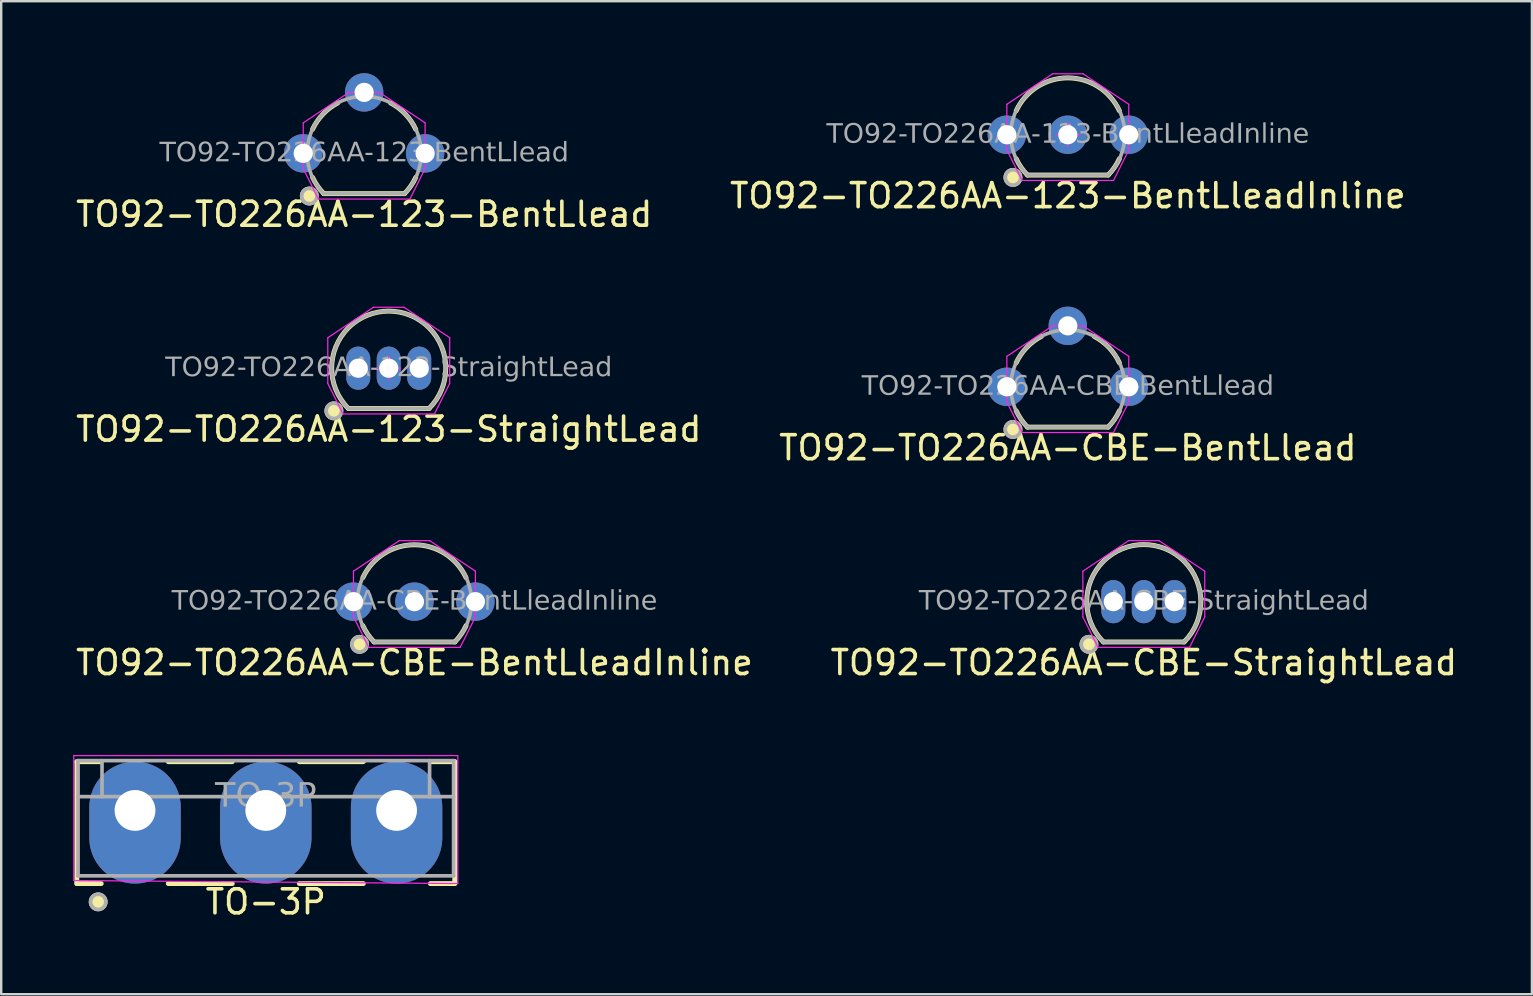
<source format=kicad_pcb>
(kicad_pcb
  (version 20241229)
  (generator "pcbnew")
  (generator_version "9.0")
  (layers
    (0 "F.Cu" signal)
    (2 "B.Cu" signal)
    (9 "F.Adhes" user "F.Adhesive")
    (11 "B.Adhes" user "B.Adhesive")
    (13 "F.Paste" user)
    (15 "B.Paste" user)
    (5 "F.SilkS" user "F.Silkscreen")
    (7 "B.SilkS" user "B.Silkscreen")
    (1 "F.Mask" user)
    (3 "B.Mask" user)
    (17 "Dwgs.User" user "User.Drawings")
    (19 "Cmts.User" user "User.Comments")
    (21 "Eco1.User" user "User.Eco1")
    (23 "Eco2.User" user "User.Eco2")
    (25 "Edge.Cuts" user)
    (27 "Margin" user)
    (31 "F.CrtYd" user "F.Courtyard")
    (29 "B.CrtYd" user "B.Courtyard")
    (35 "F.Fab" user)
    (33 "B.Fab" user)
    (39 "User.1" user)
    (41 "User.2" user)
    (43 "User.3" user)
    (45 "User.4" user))
  (footprint "TO-3P"
    (layer "F.Cu")
    (at 8.026 30.721)
    (property "Reference" "TO-3P" (at 0 3.81 0) (layer "F.SilkS") (effects (font (size 1 1) (thickness 0.15))))
    (attr through_hole)
    (fp_line (start -7.874 3.048) (end -7.874 -2.032) (stroke (width 0.203) (type default)) (layer "F.SilkS"))
    (fp_line (start -6.858 -2.032) (end -7.874 -2.032) (stroke (width 0.203) (type default)) (layer "F.SilkS"))
    (fp_line (start -6.858 3.048) (end -7.874 3.048) (stroke (width 0.203) (type default)) (layer "F.SilkS"))
    (fp_line (start -1.397 -2.032) (end -4.064 -2.032) (stroke (width 0.203) (type default)) (layer "F.SilkS"))
    (fp_line (start -1.397 3.048) (end -4.064 3.048) (stroke (width 0.203) (type default)) (layer "F.SilkS"))
    (fp_line (start 1.397 -2.032) (end 4.064 -2.032) (stroke (width 0.203) (type default)) (layer "F.SilkS"))
    (fp_line (start 1.397 3.048) (end 4.064 3.048) (stroke (width 0.203) (type default)) (layer "F.SilkS"))
    (fp_line (start 6.858 -2.032) (end 7.874 -2.032) (stroke (width 0.203) (type default)) (layer "F.SilkS"))
    (fp_line (start 6.858 3.048) (end 7.874 3.048) (stroke (width 0.203) (type default)) (layer "F.SilkS"))
    (fp_line (start 7.874 3.048) (end 7.874 -2.032) (stroke (width 0.203) (type default)) (layer "F.SilkS"))
    (fp_circle (center -6.985 3.81) (end -6.668 3.81) (stroke (width 0.152) (type solid)) (fill yes) (layer "F.SilkS"))
    (fp_line (start -8.001 -2.286) (end -8.001 2.921) (stroke (width 0.05) (type solid)) (layer "F.CrtYd"))
    (fp_line (start -8.001 2.921) (end 8.001 3.048) (stroke (width 0.05) (type solid)) (layer "F.CrtYd"))
    (fp_line (start 8.001 -2.286) (end -8.001 -2.286) (stroke (width 0.05) (type solid)) (layer "F.CrtYd"))
    (fp_line (start 8.001 3.048) (end 8.001 -2.286) (stroke (width 0.05) (type solid)) (layer "F.CrtYd"))
    (fp_line (start -7.825 -2.075) (end -7.825 2.725) (stroke (width 0.152) (type default)) (layer "F.Fab"))
    (fp_line (start -6.825 -2.075) (end -6.825 -0.575) (stroke (width 0.152) (type default)) (layer "F.Fab"))
    (fp_line (start 6.825 -2.075) (end 6.825 -0.575) (stroke (width 0.152) (type default)) (layer "F.Fab"))
    (fp_line (start 7.825 -2.075) (end -7.825 -2.075) (stroke (width 0.152) (type default)) (layer "F.Fab"))
    (fp_line (start 7.825 -2.075) (end 7.825 2.725) (stroke (width 0.152) (type default)) (layer "F.Fab"))
    (fp_line (start 7.825 -0.575) (end -7.825 -0.575) (stroke (width 0.152) (type default)) (layer "F.Fab"))
    (fp_line (start 7.825 2.725) (end -7.825 2.725) (stroke (width 0.152) (type default)) (layer "F.Fab"))
    (fp_circle (center -6.985 3.81) (end -6.668 3.81) (stroke (width 0.152) (type solid)) (fill no) (layer "F.Fab"))
    (fp_text user "${REFERENCE}" (at 0 -0.575 0) (layer "F.Fab") (effects (font (face "Tahoma") (size 1 1) (thickness 0.15))))
    (pad "1" thru_hole oval (at -5.45 0) (size 3.81 5.08) (drill 1.7 (offset 0 0.508)) (layers "*.Cu" "*.Mask"))
    (pad "2" thru_hole oval (at 0 0) (size 3.81 5.08) (drill 1.7 (offset 0 0.508)) (layers "*.Cu" "*.Mask"))
    (pad "3" thru_hole oval (at 5.45 0) (size 3.81 5.08) (drill 1.7 (offset 0 0.508)) (layers "*.Cu" "*.Mask")))
  (footprint "TO92-TO226AA-123-StraightLead"
    (layer "F.Cu")
    (at 13.149 12.293)
    (property "Reference" "TO92-TO226AA-123-StraightLead" (at 0 2.54 0) (layer "F.SilkS") (effects (font (size 1 1) (thickness 0.15))))
    (attr through_hole)
    (fp_line (start -1.681 1.68) (end 1.681 1.68) (stroke (width 0.203) (type default)) (layer "F.SilkS"))
    (fp_arc (start -1.681 1.68) (mid 0 -2.378291) (end 1.681 1.68) (stroke (width 0.2032) (type solid)) (layer "F.SilkS"))
    (fp_circle (center -2.286 1.778) (end -1.968 1.778) (stroke (width 0.152) (type solid)) (fill yes) (layer "F.SilkS"))
    (fp_line (start -2.54 -1.27) (end -2.54 0.635) (stroke (width 0.05) (type solid)) (layer "F.CrtYd"))
    (fp_line (start -2.54 0.635) (end -1.905 1.905) (stroke (width 0.05) (type default)) (layer "F.CrtYd"))
    (fp_line (start -1.905 1.905) (end 1.905 1.905) (stroke (width 0.05) (type solid)) (layer "F.CrtYd"))
    (fp_line (start -0.635 -2.54) (end -2.54 -1.27) (stroke (width 0.05) (type default)) (layer "F.CrtYd"))
    (fp_line (start -0.5 0) (end 0.5 0) (stroke (width 0.05) (type default)) (layer "F.CrtYd"))
    (fp_line (start 0 0.5) (end 0 -0.5) (stroke (width 0.05) (type default)) (layer "F.CrtYd"))
    (fp_line (start 0.635 -2.54) (end -0.635 -2.54) (stroke (width 0.05) (type solid)) (layer "F.CrtYd"))
    (fp_line (start 0.635 -2.54) (end 2.54 -1.27) (stroke (width 0.05) (type default)) (layer "F.CrtYd"))
    (fp_line (start 2.54 0.635) (end 1.905 1.905) (stroke (width 0.05) (type default)) (layer "F.CrtYd"))
    (fp_line (start 2.54 0.635) (end 2.54 -1.27) (stroke (width 0.05) (type solid)) (layer "F.CrtYd"))
    (fp_line (start 1.681 1.68) (end -1.681 1.68) (stroke (width 0.152) (type default)) (layer "F.Fab"))
    (fp_arc (start -1.681 1.68) (mid 0 -2.378291) (end 1.681 1.68) (stroke (width 0.1524) (type default)) (layer "F.Fab"))
    (fp_circle (center -2.286 1.778) (end -1.968 1.778) (stroke (width 0.152) (type solid)) (fill no) (layer "F.Fab"))
    (fp_text user "${REFERENCE}" (at 0 -0.001 0) (layer "F.Fab") (effects (font (face "Tahoma") (size 0.8 0.8) (thickness 0.12))))
    (pad "1" thru_hole oval (at -1.27 0 90) (size 1.8 1) (drill 0.8) (layers "*.Cu" "*.Mask"))
    (pad "2" thru_hole oval (at 0 0 90) (size 1.8 1) (drill 0.8) (layers "*.Cu" "*.Mask"))
    (pad "3" thru_hole oval (at 1.27 0 90) (size 1.8 1) (drill 0.8) (layers "*.Cu" "*.Mask")))
  (footprint "TO92-TO226AA-123-BentLleadInline"
    (layer "F.Cu")
    (at 41.446 2.565)
    (property "Reference" "TO92-TO226AA-123-BentLleadInline" (at 0 2.54 0) (layer "F.SilkS") (effects (font (size 1 1) (thickness 0.15))))
    (attr through_hole)
    (fp_line (start -1.681 1.68) (end 1.681 1.68) (stroke (width 0.203) (type default)) (layer "F.SilkS"))
    (fp_arc (start -2.15 -1) (mid 0 -2.369703) (end 2.15 -1) (stroke (width 0.2032) (type default)) (layer "F.SilkS"))
    (fp_arc (start -1.681 1.68) (mid -1.945246 1.360516) (end -2.15 1) (stroke (width 0.2032) (type default)) (layer "F.SilkS"))
    (fp_arc (start 2.15 1) (mid 1.945246 1.360516) (end 1.681 1.68) (stroke (width 0.2032) (type default)) (layer "F.SilkS"))
    (fp_circle (center -2.286 1.778) (end -1.968 1.778) (stroke (width 0.152) (type solid)) (fill yes) (layer "F.SilkS"))
    (fp_line (start -2.54 -1.27) (end -2.54 0.635) (stroke (width 0.05) (type solid)) (layer "F.CrtYd"))
    (fp_line (start -2.54 0.635) (end -1.905 1.905) (stroke (width 0.05) (type default)) (layer "F.CrtYd"))
    (fp_line (start -1.905 1.905) (end 1.905 1.905) (stroke (width 0.05) (type solid)) (layer "F.CrtYd"))
    (fp_line (start -0.635 -2.54) (end -2.54 -1.27) (stroke (width 0.05) (type default)) (layer "F.CrtYd"))
    (fp_line (start -0.5 0) (end 0.5 0) (stroke (width 0.05) (type default)) (layer "F.CrtYd"))
    (fp_line (start 0 0.5) (end 0 -0.5) (stroke (width 0.05) (type default)) (layer "F.CrtYd"))
    (fp_line (start 0.635 -2.54) (end -0.635 -2.54) (stroke (width 0.05) (type solid)) (layer "F.CrtYd"))
    (fp_line (start 0.635 -2.54) (end 2.54 -1.27) (stroke (width 0.05) (type default)) (layer "F.CrtYd"))
    (fp_line (start 2.54 0.635) (end 1.905 1.905) (stroke (width 0.05) (type default)) (layer "F.CrtYd"))
    (fp_line (start 2.54 0.635) (end 2.54 -1.27) (stroke (width 0.05) (type solid)) (layer "F.CrtYd"))
    (fp_line (start 1.681 1.68) (end -1.681 1.68) (stroke (width 0.152) (type default)) (layer "F.Fab"))
    (fp_arc (start -1.68 1.68) (mid 0 -2.375877) (end 1.68 1.68) (stroke (width 0.1524) (type default)) (layer "F.Fab"))
    (fp_circle (center -2.286 1.778) (end -1.968 1.778) (stroke (width 0.152) (type solid)) (fill no) (layer "F.Fab"))
    (fp_text user "${REFERENCE}" (at 0 0.000001 0) (layer "F.Fab") (effects (font (face "Tahoma") (size 0.8 0.8) (thickness 0.12))))
    (pad "1" thru_hole circle (at -2.54 0 90) (size 1.6 1.6) (drill 0.8) (layers "*.Cu" "*.Mask"))
    (pad "2" thru_hole circle (at 0 0 90) (size 1.6 1.6) (drill 0.8) (layers "*.Cu" "*.Mask"))
    (pad "3" thru_hole circle (at 2.54 0 90) (size 1.6 1.6) (drill 0.8) (layers "*.Cu" "*.Mask")))
  (footprint "TO92-TO226AA-123-BentLlead"
    (layer "F.Cu")
    (at 12.125 3.34)
    (property "Reference" "TO92-TO226AA-123-BentLlead" (at 0 2.54 0) (layer "F.SilkS") (effects (font (size 1 1) (thickness 0.15))))
    (attr through_hole)
    (fp_line (start -1.681 1.68) (end 1.681 1.68) (stroke (width 0.203) (type default)) (layer "F.SilkS"))
    (fp_arc (start -2.150597 -1.000278) (mid -1.715792 -1.63659) (end -1.1 -2.1) (stroke (width 0.2032) (type default)) (layer "F.SilkS"))
    (fp_arc (start -1.681 1.68) (mid -1.945246 1.360516) (end -2.15 1) (stroke (width 0.2032) (type default)) (layer "F.SilkS"))
    (fp_arc (start 1.1 -2.1) (mid 1.715792 -1.63659) (end 2.150597 -1.000278) (stroke (width 0.2032) (type default)) (layer "F.SilkS"))
    (fp_arc (start 2.15 1) (mid 1.945246 1.360516) (end 1.681 1.68) (stroke (width 0.2032) (type default)) (layer "F.SilkS"))
    (fp_circle (center -2.286 1.778) (end -1.968 1.778) (stroke (width 0.152) (type solid)) (fill yes) (layer "F.SilkS"))
    (fp_line (start -2.54 -1.27) (end -2.54 0.635) (stroke (width 0.05) (type solid)) (layer "F.CrtYd"))
    (fp_line (start -2.54 0.635) (end -1.905 1.905) (stroke (width 0.05) (type default)) (layer "F.CrtYd"))
    (fp_line (start -1.905 1.905) (end 1.905 1.905) (stroke (width 0.05) (type solid)) (layer "F.CrtYd"))
    (fp_line (start -0.635 -2.54) (end -2.54 -1.27) (stroke (width 0.05) (type default)) (layer "F.CrtYd"))
    (fp_line (start 0.635 -2.54) (end -0.635 -2.54) (stroke (width 0.05) (type solid)) (layer "F.CrtYd"))
    (fp_line (start 0.635 -2.54) (end 2.54 -1.27) (stroke (width 0.05) (type default)) (layer "F.CrtYd"))
    (fp_line (start 2.54 0.635) (end 1.905 1.905) (stroke (width 0.05) (type default)) (layer "F.CrtYd"))
    (fp_line (start 2.54 0.635) (end 2.54 -1.27) (stroke (width 0.05) (type solid)) (layer "F.CrtYd"))
    (fp_line (start 1.681 1.68) (end -1.681 1.68) (stroke (width 0.152) (type default)) (layer "F.Fab"))
    (fp_arc (start -1.68 1.68) (mid 0 -2.375877) (end 1.68 1.68) (stroke (width 0.1524) (type default)) (layer "F.Fab"))
    (fp_circle (center -2.286 1.778) (end -1.968 1.778) (stroke (width 0.152) (type solid)) (fill no) (layer "F.Fab"))
    (fp_text user "${REFERENCE}" (at 0 0.000001 0) (layer "F.Fab") (effects (font (face "Tahoma") (size 0.8 0.8) (thickness 0.12))))
    (pad "1" thru_hole circle (at -2.54 0 90) (size 1.6 1.6) (drill 0.8) (layers "*.Cu" "*.Mask"))
    (pad "2" thru_hole circle (at 0 -2.54 90) (size 1.6 1.6) (drill 0.8) (layers "*.Cu" "*.Mask"))
    (pad "3" thru_hole circle (at 2.54 0 90) (size 1.6 1.6) (drill 0.8) (layers "*.Cu" "*.Mask")))
  (footprint "TO92-TO226AA-CBE-StraightLead"
    (layer "F.Cu")
    (at 44.613 22.021)
    (property "Reference" "TO92-TO226AA-CBE-StraightLead" (at 0 2.54 0) (layer "F.SilkS") (effects (font (size 1 1) (thickness 0.15))))
    (attr through_hole)
    (fp_line (start -1.681 1.68) (end 1.681 1.68) (stroke (width 0.203) (type default)) (layer "F.SilkS"))
    (fp_arc (start -1.681 1.68) (mid 0 -2.378291) (end 1.681 1.68) (stroke (width 0.2032) (type solid)) (layer "F.SilkS"))
    (fp_circle (center -2.286 1.778) (end -1.968 1.778) (stroke (width 0.152) (type solid)) (fill yes) (layer "F.SilkS"))
    (fp_line (start -2.54 -1.27) (end -2.54 0.635) (stroke (width 0.05) (type solid)) (layer "F.CrtYd"))
    (fp_line (start -2.54 0.635) (end -1.905 1.905) (stroke (width 0.05) (type default)) (layer "F.CrtYd"))
    (fp_line (start -1.905 1.905) (end 1.905 1.905) (stroke (width 0.05) (type solid)) (layer "F.CrtYd"))
    (fp_line (start -0.635 -2.54) (end -2.54 -1.27) (stroke (width 0.05) (type default)) (layer "F.CrtYd"))
    (fp_line (start 0.635 -2.54) (end -0.635 -2.54) (stroke (width 0.05) (type solid)) (layer "F.CrtYd"))
    (fp_line (start 0.635 -2.54) (end 2.54 -1.27) (stroke (width 0.05) (type default)) (layer "F.CrtYd"))
    (fp_line (start 2.54 0.635) (end 1.905 1.905) (stroke (width 0.05) (type default)) (layer "F.CrtYd"))
    (fp_line (start 2.54 0.635) (end 2.54 -1.27) (stroke (width 0.05) (type solid)) (layer "F.CrtYd"))
    (fp_line (start 1.681 1.68) (end -1.681 1.68) (stroke (width 0.152) (type default)) (layer "F.Fab"))
    (fp_arc (start -1.681 1.68) (mid 0 -2.378291) (end 1.681 1.68) (stroke (width 0.1524) (type default)) (layer "F.Fab"))
    (fp_circle (center -2.286 1.778) (end -1.968 1.778) (stroke (width 0.152) (type solid)) (fill no) (layer "F.Fab"))
    (fp_text user "${REFERENCE}" (at 0 -0.001 0) (layer "F.Fab") (effects (font (face "Tahoma") (size 0.8 0.8) (thickness 0.12))))
    (pad "B" thru_hole oval (at 0 0 90) (size 1.8 1) (drill 0.8) (layers "*.Cu" "*.Mask"))
    (pad "C" thru_hole oval (at -1.27 0 90) (size 1.8 1) (drill 0.8) (layers "*.Cu" "*.Mask"))
    (pad "E" thru_hole oval (at 1.27 0 90) (size 1.8 1) (drill 0.8) (layers "*.Cu" "*.Mask")))
  (footprint "TO92-TO226AA-CBE-BentLlead"
    (layer "F.Cu")
    (at 41.446 13.068)
    (property "Reference" "TO92-TO226AA-CBE-BentLlead" (at 0 2.54 0) (layer "F.SilkS") (effects (font (size 1 1) (thickness 0.15))))
    (attr through_hole)
    (fp_line (start -1.681 1.68) (end 1.681 1.68) (stroke (width 0.203) (type default)) (layer "F.SilkS"))
    (fp_arc (start -2.150597 -1.000278) (mid -1.715792 -1.63659) (end -1.1 -2.1) (stroke (width 0.2032) (type default)) (layer "F.SilkS"))
    (fp_arc (start -1.681 1.68) (mid -1.945246 1.360516) (end -2.15 1) (stroke (width 0.2032) (type default)) (layer "F.SilkS"))
    (fp_arc (start 1.1 -2.1) (mid 1.715792 -1.63659) (end 2.150597 -1.000278) (stroke (width 0.2032) (type default)) (layer "F.SilkS"))
    (fp_arc (start 2.15 1) (mid 1.945246 1.360516) (end 1.681 1.68) (stroke (width 0.2032) (type default)) (layer "F.SilkS"))
    (fp_circle (center -2.286 1.778) (end -1.968 1.778) (stroke (width 0.152) (type solid)) (fill yes) (layer "F.SilkS"))
    (fp_line (start -2.54 -1.27) (end -2.54 0.635) (stroke (width 0.05) (type solid)) (layer "F.CrtYd"))
    (fp_line (start -2.54 0.635) (end -1.905 1.905) (stroke (width 0.05) (type default)) (layer "F.CrtYd"))
    (fp_line (start -1.905 1.905) (end 1.905 1.905) (stroke (width 0.05) (type solid)) (layer "F.CrtYd"))
    (fp_line (start -0.635 -2.54) (end -2.54 -1.27) (stroke (width 0.05) (type default)) (layer "F.CrtYd"))
    (fp_line (start 0.635 -2.54) (end -0.635 -2.54) (stroke (width 0.05) (type solid)) (layer "F.CrtYd"))
    (fp_line (start 0.635 -2.54) (end 2.54 -1.27) (stroke (width 0.05) (type default)) (layer "F.CrtYd"))
    (fp_line (start 2.54 0.635) (end 1.905 1.905) (stroke (width 0.05) (type default)) (layer "F.CrtYd"))
    (fp_line (start 2.54 0.635) (end 2.54 -1.27) (stroke (width 0.05) (type solid)) (layer "F.CrtYd"))
    (fp_line (start 1.681 1.68) (end -1.681 1.68) (stroke (width 0.152) (type default)) (layer "F.Fab"))
    (fp_arc (start -1.68 1.68) (mid 0 -2.375877) (end 1.68 1.68) (stroke (width 0.1524) (type default)) (layer "F.Fab"))
    (fp_circle (center -2.286 1.778) (end -1.968 1.778) (stroke (width 0.152) (type solid)) (fill no) (layer "F.Fab"))
    (fp_text user "${REFERENCE}" (at 0 0.000001 0) (layer "F.Fab") (effects (font (face "Tahoma") (size 0.8 0.8) (thickness 0.12))))
    (pad "B" thru_hole circle (at 0 -2.54 90) (size 1.6 1.6) (drill 0.8) (layers "*.Cu" "*.Mask"))
    (pad "C" thru_hole circle (at -2.54 0 90) (size 1.6 1.6) (drill 0.8) (layers "*.Cu" "*.Mask"))
    (pad "E" thru_hole circle (at 2.54 0 90) (size 1.6 1.6) (drill 0.8) (layers "*.Cu" "*.Mask")))
  (footprint "TO92-TO226AA-CBE-BentLleadInline"
    (layer "F.Cu")
    (at 14.22 22.021)
    (property "Reference" "TO92-TO226AA-CBE-BentLleadInline" (at 0 2.54 0) (layer "F.SilkS") (effects (font (size 1 1) (thickness 0.15))))
    (attr through_hole)
    (fp_line (start -1.681 1.68) (end 1.681 1.68) (stroke (width 0.203) (type default)) (layer "F.SilkS"))
    (fp_arc (start -2.15 -1) (mid 0 -2.369703) (end 2.15 -1) (stroke (width 0.2032) (type default)) (layer "F.SilkS"))
    (fp_arc (start -1.681 1.68) (mid -1.945246 1.360516) (end -2.15 1) (stroke (width 0.2032) (type default)) (layer "F.SilkS"))
    (fp_arc (start 2.15 1) (mid 1.945246 1.360516) (end 1.681 1.68) (stroke (width 0.2032) (type default)) (layer "F.SilkS"))
    (fp_circle (center -2.286 1.778) (end -1.968 1.778) (stroke (width 0.152) (type solid)) (fill yes) (layer "F.SilkS"))
    (fp_line (start -2.54 -1.27) (end -2.54 0.635) (stroke (width 0.05) (type solid)) (layer "F.CrtYd"))
    (fp_line (start -2.54 0.635) (end -1.905 1.905) (stroke (width 0.05) (type default)) (layer "F.CrtYd"))
    (fp_line (start -1.905 1.905) (end 1.905 1.905) (stroke (width 0.05) (type solid)) (layer "F.CrtYd"))
    (fp_line (start -0.635 -2.54) (end -2.54 -1.27) (stroke (width 0.05) (type default)) (layer "F.CrtYd"))
    (fp_line (start 0.635 -2.54) (end -0.635 -2.54) (stroke (width 0.05) (type solid)) (layer "F.CrtYd"))
    (fp_line (start 0.635 -2.54) (end 2.54 -1.27) (stroke (width 0.05) (type default)) (layer "F.CrtYd"))
    (fp_line (start 2.54 0.635) (end 1.905 1.905) (stroke (width 0.05) (type default)) (layer "F.CrtYd"))
    (fp_line (start 2.54 0.635) (end 2.54 -1.27) (stroke (width 0.05) (type solid)) (layer "F.CrtYd"))
    (fp_line (start 1.681 1.68) (end -1.681 1.68) (stroke (width 0.152) (type default)) (layer "F.Fab"))
    (fp_arc (start -1.68 1.68) (mid 0 -2.375877) (end 1.68 1.68) (stroke (width 0.1524) (type default)) (layer "F.Fab"))
    (fp_circle (center -2.286 1.778) (end -1.968 1.778) (stroke (width 0.152) (type solid)) (fill no) (layer "F.Fab"))
    (fp_text user "${REFERENCE}" (at 0 0.000001 0) (layer "F.Fab") (effects (font (face "Tahoma") (size 0.8 0.8) (thickness 0.12))))
    (pad "B" thru_hole circle (at 0 0 90) (size 1.6 1.6) (drill 0.8) (layers "*.Cu" "*.Mask"))
    (pad "C" thru_hole circle (at -2.54 0 90) (size 1.6 1.6) (drill 0.8) (layers "*.Cu" "*.Mask"))
    (pad "E" thru_hole circle (at 2.54 0 90) (size 1.6 1.6) (drill 0.8) (layers "*.Cu" "*.Mask")))
  (gr_rect
    (start -3 -3)
    (end 60.786 38.379)
    (stroke (width 0.1) (type default))
    (fill no)
    (layer "Edge.Cuts")))
</source>
